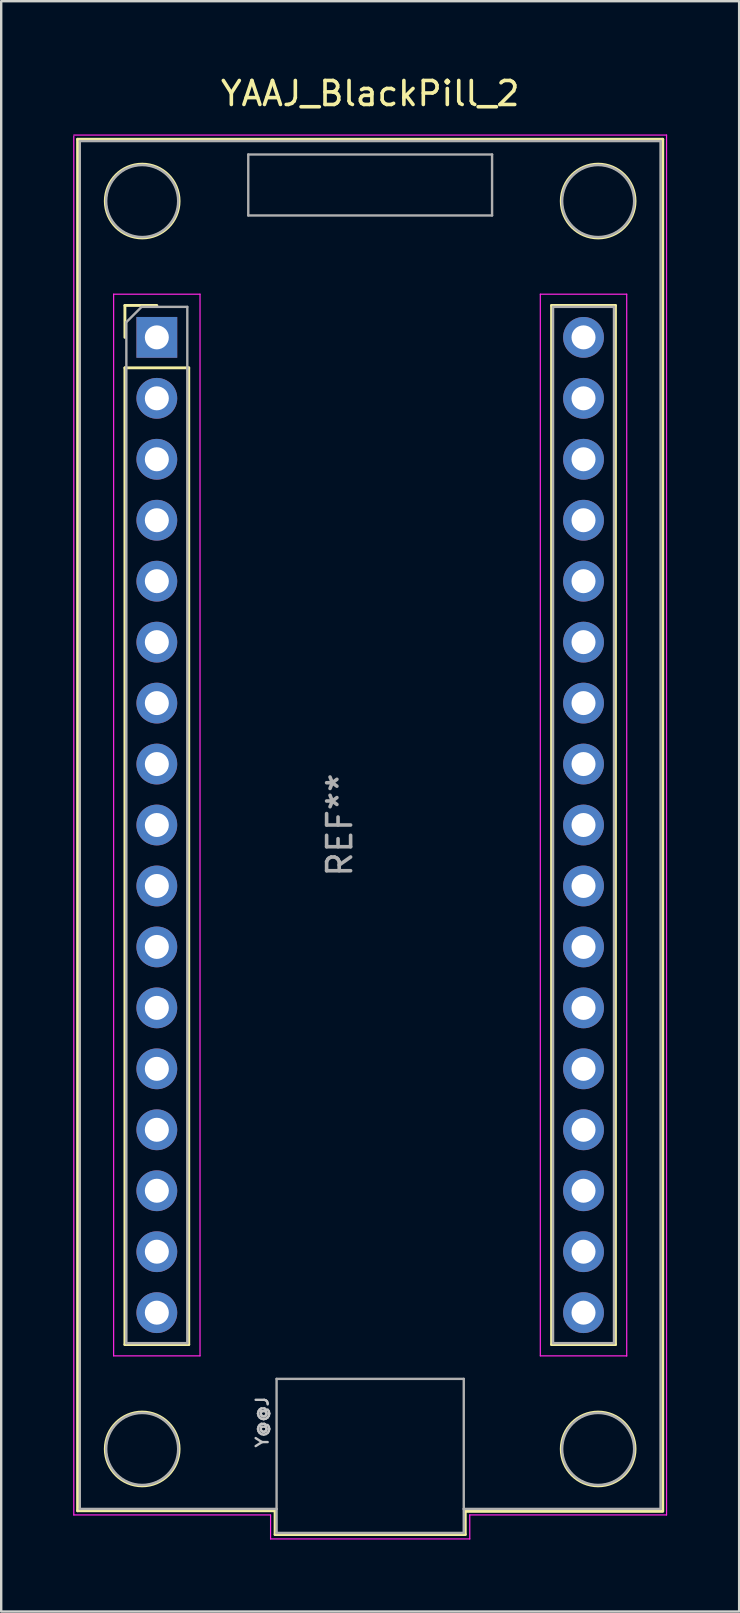
<source format=kicad_pcb>
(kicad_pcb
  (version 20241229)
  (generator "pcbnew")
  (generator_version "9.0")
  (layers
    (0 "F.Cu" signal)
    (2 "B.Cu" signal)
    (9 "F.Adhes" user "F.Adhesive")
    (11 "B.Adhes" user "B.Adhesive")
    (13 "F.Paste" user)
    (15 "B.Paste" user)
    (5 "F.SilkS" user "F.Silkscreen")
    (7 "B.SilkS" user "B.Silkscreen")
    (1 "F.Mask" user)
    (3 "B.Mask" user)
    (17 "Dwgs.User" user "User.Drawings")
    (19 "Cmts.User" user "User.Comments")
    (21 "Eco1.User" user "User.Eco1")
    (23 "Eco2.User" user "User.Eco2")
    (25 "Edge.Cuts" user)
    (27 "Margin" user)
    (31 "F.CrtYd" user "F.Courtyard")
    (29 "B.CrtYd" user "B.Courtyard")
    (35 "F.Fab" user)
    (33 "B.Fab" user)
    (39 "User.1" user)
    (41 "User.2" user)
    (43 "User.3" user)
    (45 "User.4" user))
  (footprint "YAAJ_BlackPill_2"
    (layer "F.Cu")
    (at 3.485 11.008)
    (property "Reference" "YAAJ_BlackPill_2" (at 8.89 -10.16 0) (layer "F.SilkS") (effects (font (size 1 1) (thickness 0.15))))
    (attr through_hole)
    (fp_line (start -3.302 -8.255) (end 21.082 -8.255) (stroke (width 0.12) (type solid)) (layer "F.SilkS"))
    (fp_line (start -3.302 48.895) (end -3.302 -8.255) (stroke (width 0.12) (type solid)) (layer "F.SilkS"))
    (fp_line (start -3.302 48.895) (end 4.928 48.895) (stroke (width 0.12) (type solid)) (layer "F.SilkS"))
    (fp_line (start -1.33 -1.33) (end -1.33 0) (stroke (width 0.12) (type solid)) (layer "F.SilkS"))
    (fp_line (start -1.33 -1.33) (end 0 -1.33) (stroke (width 0.12) (type solid)) (layer "F.SilkS"))
    (fp_line (start -1.33 1.27) (end -1.33 41.97) (stroke (width 0.12) (type solid)) (layer "F.SilkS"))
    (fp_line (start -1.33 1.27) (end 1.33 1.27) (stroke (width 0.12) (type solid)) (layer "F.SilkS"))
    (fp_line (start 1.33 1.27) (end 1.33 41.97) (stroke (width 0.12) (type solid)) (layer "F.SilkS"))
    (fp_line (start 1.33 41.97) (end -1.33 41.97) (stroke (width 0.12) (type solid)) (layer "F.SilkS"))
    (fp_line (start 4.928 48.895) (end 4.928 49.886) (stroke (width 0.12) (type solid)) (layer "F.SilkS"))
    (fp_line (start 4.928 49.886) (end 12.852 49.886) (stroke (width 0.12) (type solid)) (layer "F.SilkS"))
    (fp_line (start 12.852 48.92) (end 21.082 48.92) (stroke (width 0.12) (type solid)) (layer "F.SilkS"))
    (fp_line (start 12.852 49.886) (end 12.852 48.92) (stroke (width 0.12) (type solid)) (layer "F.SilkS"))
    (fp_line (start 16.45 -1.33) (end 16.45 41.97) (stroke (width 0.12) (type solid)) (layer "F.SilkS"))
    (fp_line (start 16.45 -1.33) (end 19.11 -1.33) (stroke (width 0.12) (type solid)) (layer "F.SilkS"))
    (fp_line (start 16.45 41.97) (end 19.11 41.97) (stroke (width 0.12) (type solid)) (layer "F.SilkS"))
    (fp_line (start 19.11 -1.33) (end 19.11 41.97) (stroke (width 0.12) (type solid)) (layer "F.SilkS"))
    (fp_line (start 21.082 -8.255) (end 21.082 48.895) (stroke (width 0.12) (type solid)) (layer "F.SilkS"))
    (fp_circle (center -0.61 -5.68) (end 0.927 -5.68) (stroke (width 0.12) (type solid)) (fill no) (layer "F.SilkS"))
    (fp_circle (center -0.61 46.32) (end 0.927 46.32) (stroke (width 0.12) (type solid)) (fill no) (layer "F.SilkS"))
    (fp_circle (center 18.39 -5.68) (end 19.927 -5.68) (stroke (width 0.12) (type solid)) (fill no) (layer "F.SilkS"))
    (fp_circle (center 18.39 46.32) (end 19.927 46.32) (stroke (width 0.12) (type solid)) (fill no) (layer "F.SilkS"))
    (fp_line (start -3.46 -8.43) (end 21.24 -8.43) (stroke (width 0.05) (type solid)) (layer "F.CrtYd"))
    (fp_line (start -3.46 49.07) (end -3.46 -8.382) (stroke (width 0.05) (type solid)) (layer "F.CrtYd"))
    (fp_line (start -1.8 -1.8) (end 1.8 -1.8) (stroke (width 0.05) (type solid)) (layer "F.CrtYd"))
    (fp_line (start -1.8 42.44) (end -1.8 -1.8) (stroke (width 0.05) (type solid)) (layer "F.CrtYd"))
    (fp_line (start 1.8 -1.8) (end 1.8 42.44) (stroke (width 0.05) (type solid)) (layer "F.CrtYd"))
    (fp_line (start 1.8 42.44) (end -1.8 42.44) (stroke (width 0.05) (type solid)) (layer "F.CrtYd"))
    (fp_line (start 4.74 49.07) (end -3.46 49.07) (stroke (width 0.05) (type solid)) (layer "F.CrtYd"))
    (fp_line (start 4.74 50.07) (end 4.74 49.07) (stroke (width 0.05) (type solid)) (layer "F.CrtYd"))
    (fp_line (start 13.04 49.07) (end 13.04 50.07) (stroke (width 0.05) (type solid)) (layer "F.CrtYd"))
    (fp_line (start 13.04 50.07) (end 4.74 50.07) (stroke (width 0.05) (type solid)) (layer "F.CrtYd"))
    (fp_line (start 15.98 -1.8) (end 19.58 -1.8) (stroke (width 0.05) (type solid)) (layer "F.CrtYd"))
    (fp_line (start 15.98 42.44) (end 15.98 -1.8) (stroke (width 0.05) (type solid)) (layer "F.CrtYd"))
    (fp_line (start 19.58 -1.8) (end 19.58 42.45) (stroke (width 0.05) (type solid)) (layer "F.CrtYd"))
    (fp_line (start 19.58 42.44) (end 15.98 42.44) (stroke (width 0.05) (type solid)) (layer "F.CrtYd"))
    (fp_line (start 21.24 -8.43) (end 21.24 49.07) (stroke (width 0.05) (type solid)) (layer "F.CrtYd"))
    (fp_line (start 21.24 49.07) (end 13.04 49.07) (stroke (width 0.05) (type solid)) (layer "F.CrtYd"))
    (fp_line (start -3.21 -8.18) (end -3.21 48.82) (stroke (width 0.1) (type solid)) (layer "F.Fab"))
    (fp_line (start -3.21 -8.18) (end 20.99 -8.18) (stroke (width 0.1) (type solid)) (layer "F.Fab"))
    (fp_line (start -3.21 48.82) (end 4.99 48.82) (stroke (width 0.1) (type solid)) (layer "F.Fab"))
    (fp_line (start -1.27 41.91) (end -1.27 -0.635) (stroke (width 0.1) (type solid)) (layer "F.Fab"))
    (fp_line (start -1.27 41.91) (end 1.27 41.91) (stroke (width 0.1) (type solid)) (layer "F.Fab"))
    (fp_line (start -0.635 -1.27) (end -1.27 -0.635) (stroke (width 0.1) (type solid)) (layer "F.Fab"))
    (fp_line (start -0.635 -1.27) (end 1.27 -1.27) (stroke (width 0.1) (type solid)) (layer "F.Fab"))
    (fp_line (start 1.27 -1.27) (end 1.27 41.91) (stroke (width 0.1) (type solid)) (layer "F.Fab"))
    (fp_line (start 3.81 -7.62) (end 13.97 -7.62) (stroke (width 0.1) (type solid)) (layer "F.Fab"))
    (fp_line (start 3.81 -5.08) (end 3.81 -7.62) (stroke (width 0.1) (type solid)) (layer "F.Fab"))
    (fp_line (start 4.99 43.4) (end 4.99 48.82) (stroke (width 0.1) (type solid)) (layer "F.Fab"))
    (fp_line (start 4.99 48.82) (end 4.99 49.82) (stroke (width 0.1) (type solid)) (layer "F.Fab"))
    (fp_line (start 4.99 49.82) (end 12.79 49.82) (stroke (width 0.1) (type solid)) (layer "F.Fab"))
    (fp_line (start 12.79 43.4) (end 4.99 43.4) (stroke (width 0.1) (type solid)) (layer "F.Fab"))
    (fp_line (start 12.79 48.82) (end 12.79 43.4) (stroke (width 0.1) (type solid)) (layer "F.Fab"))
    (fp_line (start 12.79 48.82) (end 20.99 48.82) (stroke (width 0.1) (type solid)) (layer "F.Fab"))
    (fp_line (start 12.79 49.82) (end 12.79 48.82) (stroke (width 0.1) (type solid)) (layer "F.Fab"))
    (fp_line (start 13.97 -7.62) (end 13.97 -5.08) (stroke (width 0.1) (type solid)) (layer "F.Fab"))
    (fp_line (start 13.97 -5.08) (end 3.81 -5.08) (stroke (width 0.1) (type solid)) (layer "F.Fab"))
    (fp_line (start 16.51 -1.27) (end 19.05 -1.27) (stroke (width 0.1) (type solid)) (layer "F.Fab"))
    (fp_line (start 16.51 41.91) (end 16.51 -1.27) (stroke (width 0.1) (type solid)) (layer "F.Fab"))
    (fp_line (start 19.05 -1.27) (end 19.05 41.91) (stroke (width 0.1) (type solid)) (layer "F.Fab"))
    (fp_line (start 19.05 41.91) (end 16.51 41.91) (stroke (width 0.1) (type solid)) (layer "F.Fab"))
    (fp_line (start 20.99 48.82) (end 20.99 -8.18) (stroke (width 0.1) (type solid)) (layer "F.Fab"))
    (fp_circle (center -0.61 -5.68) (end 0.89 -5.68) (stroke (width 0.1) (type solid)) (fill no) (layer "F.Fab"))
    (fp_circle (center -0.61 46.32) (end 0.89 46.32) (stroke (width 0.1) (type solid)) (fill no) (layer "F.Fab"))
    (fp_circle (center 18.39 -5.68) (end 19.89 -5.68) (stroke (width 0.1) (type solid)) (fill no) (layer "F.Fab"))
    (fp_circle (center 18.39 46.32) (end 19.89 46.32) (stroke (width 0.1) (type solid)) (fill no) (layer "F.Fab"))
    (fp_text user "Y@@J" (at 4.392 45.2 270) (layer "Dwgs.User") (effects (font (size 0.5 0.5) (thickness 0.1))))
    (fp_text user "REF**" (at 7.62 20.32 90) (layer "F.Fab") (effects (font (size 1 1) (thickness 0.15))))
    (pad "1" thru_hole rect (at 0 0) (size 1.7 1.7) (drill 1) (layers "*.Cu" "*.Mask"))
    (pad "2" thru_hole circle (at 0 2.54) (size 1.7 1.7) (drill 1) (layers "*.Cu" "*.Mask"))
    (pad "3" thru_hole circle (at 0 5.08) (size 1.7 1.7) (drill 1) (layers "*.Cu" "*.Mask"))
    (pad "4" thru_hole circle (at 0 7.62) (size 1.7 1.7) (drill 1) (layers "*.Cu" "*.Mask"))
    (pad "5" thru_hole circle (at 0 10.16) (size 1.7 1.7) (drill 1) (layers "*.Cu" "*.Mask"))
    (pad "6" thru_hole circle (at 0 12.7) (size 1.7 1.7) (drill 1) (layers "*.Cu" "*.Mask"))
    (pad "7" thru_hole circle (at 0 15.24) (size 1.7 1.7) (drill 1) (layers "*.Cu" "*.Mask"))
    (pad "8" thru_hole circle (at 0 17.78) (size 1.7 1.7) (drill 1) (layers "*.Cu" "*.Mask"))
    (pad "9" thru_hole circle (at 0 20.32) (size 1.7 1.7) (drill 1) (layers "*.Cu" "*.Mask"))
    (pad "10" thru_hole circle (at 0 22.86) (size 1.7 1.7) (drill 1) (layers "*.Cu" "*.Mask"))
    (pad "11" thru_hole circle (at 0 25.4) (size 1.7 1.7) (drill 1) (layers "*.Cu" "*.Mask"))
    (pad "12" thru_hole circle (at 0 27.94) (size 1.7 1.7) (drill 1) (layers "*.Cu" "*.Mask"))
    (pad "13" thru_hole circle (at 0 30.48) (size 1.7 1.7) (drill 1) (layers "*.Cu" "*.Mask"))
    (pad "14" thru_hole circle (at 0 33.02) (size 1.7 1.7) (drill 1) (layers "*.Cu" "*.Mask"))
    (pad "15" thru_hole circle (at 0 35.56) (size 1.7 1.7) (drill 1) (layers "*.Cu" "*.Mask"))
    (pad "16" thru_hole circle (at 0 38.1) (size 1.7 1.7) (drill 1) (layers "*.Cu" "*.Mask"))
    (pad "17" thru_hole circle (at 0 40.64) (size 1.7 1.7) (drill 1) (layers "*.Cu" "*.Mask"))
    (pad "18" thru_hole circle (at 17.78 40.64) (size 1.7 1.7) (drill 1) (layers "*.Cu" "*.Mask"))
    (pad "19" thru_hole circle (at 17.78 38.1) (size 1.7 1.7) (drill 1) (layers "*.Cu" "*.Mask"))
    (pad "20" thru_hole circle (at 17.78 35.56) (size 1.7 1.7) (drill 1) (layers "*.Cu" "*.Mask"))
    (pad "21" thru_hole circle (at 17.78 33.02) (size 1.7 1.7) (drill 1) (layers "*.Cu" "*.Mask"))
    (pad "22" thru_hole circle (at 17.78 30.48) (size 1.7 1.7) (drill 1) (layers "*.Cu" "*.Mask"))
    (pad "23" thru_hole circle (at 17.78 27.94) (size 1.7 1.7) (drill 1) (layers "*.Cu" "*.Mask"))
    (pad "24" thru_hole circle (at 17.78 25.4) (size 1.7 1.7) (drill 1) (layers "*.Cu" "*.Mask"))
    (pad "25" thru_hole circle (at 17.78 22.86) (size 1.7 1.7) (drill 1) (layers "*.Cu" "*.Mask"))
    (pad "26" thru_hole circle (at 17.78 20.32) (size 1.7 1.7) (drill 1) (layers "*.Cu" "*.Mask"))
    (pad "27" thru_hole circle (at 17.78 17.78) (size 1.7 1.7) (drill 1) (layers "*.Cu" "*.Mask"))
    (pad "28" thru_hole circle (at 17.78 15.24) (size 1.7 1.7) (drill 1) (layers "*.Cu" "*.Mask"))
    (pad "29" thru_hole circle (at 17.78 12.7) (size 1.7 1.7) (drill 1) (layers "*.Cu" "*.Mask"))
    (pad "30" thru_hole circle (at 17.78 10.16) (size 1.7 1.7) (drill 1) (layers "*.Cu" "*.Mask"))
    (pad "31" thru_hole circle (at 17.78 7.62) (size 1.7 1.7) (drill 1) (layers "*.Cu" "*.Mask"))
    (pad "32" thru_hole circle (at 17.78 5.08) (size 1.7 1.7) (drill 1) (layers "*.Cu" "*.Mask"))
    (pad "33" thru_hole circle (at 17.78 2.54) (size 1.7 1.7) (drill 1) (layers "*.Cu" "*.Mask"))
    (pad "34" thru_hole circle (at 17.78 0) (size 1.7 1.7) (drill 1) (layers "*.Cu" "*.Mask")))
  (gr_rect
    (start -3 -3)
    (end 27.75 64.103)
    (stroke (width 0.1) (type default))
    (fill no)
    (layer "Edge.Cuts")))
</source>
